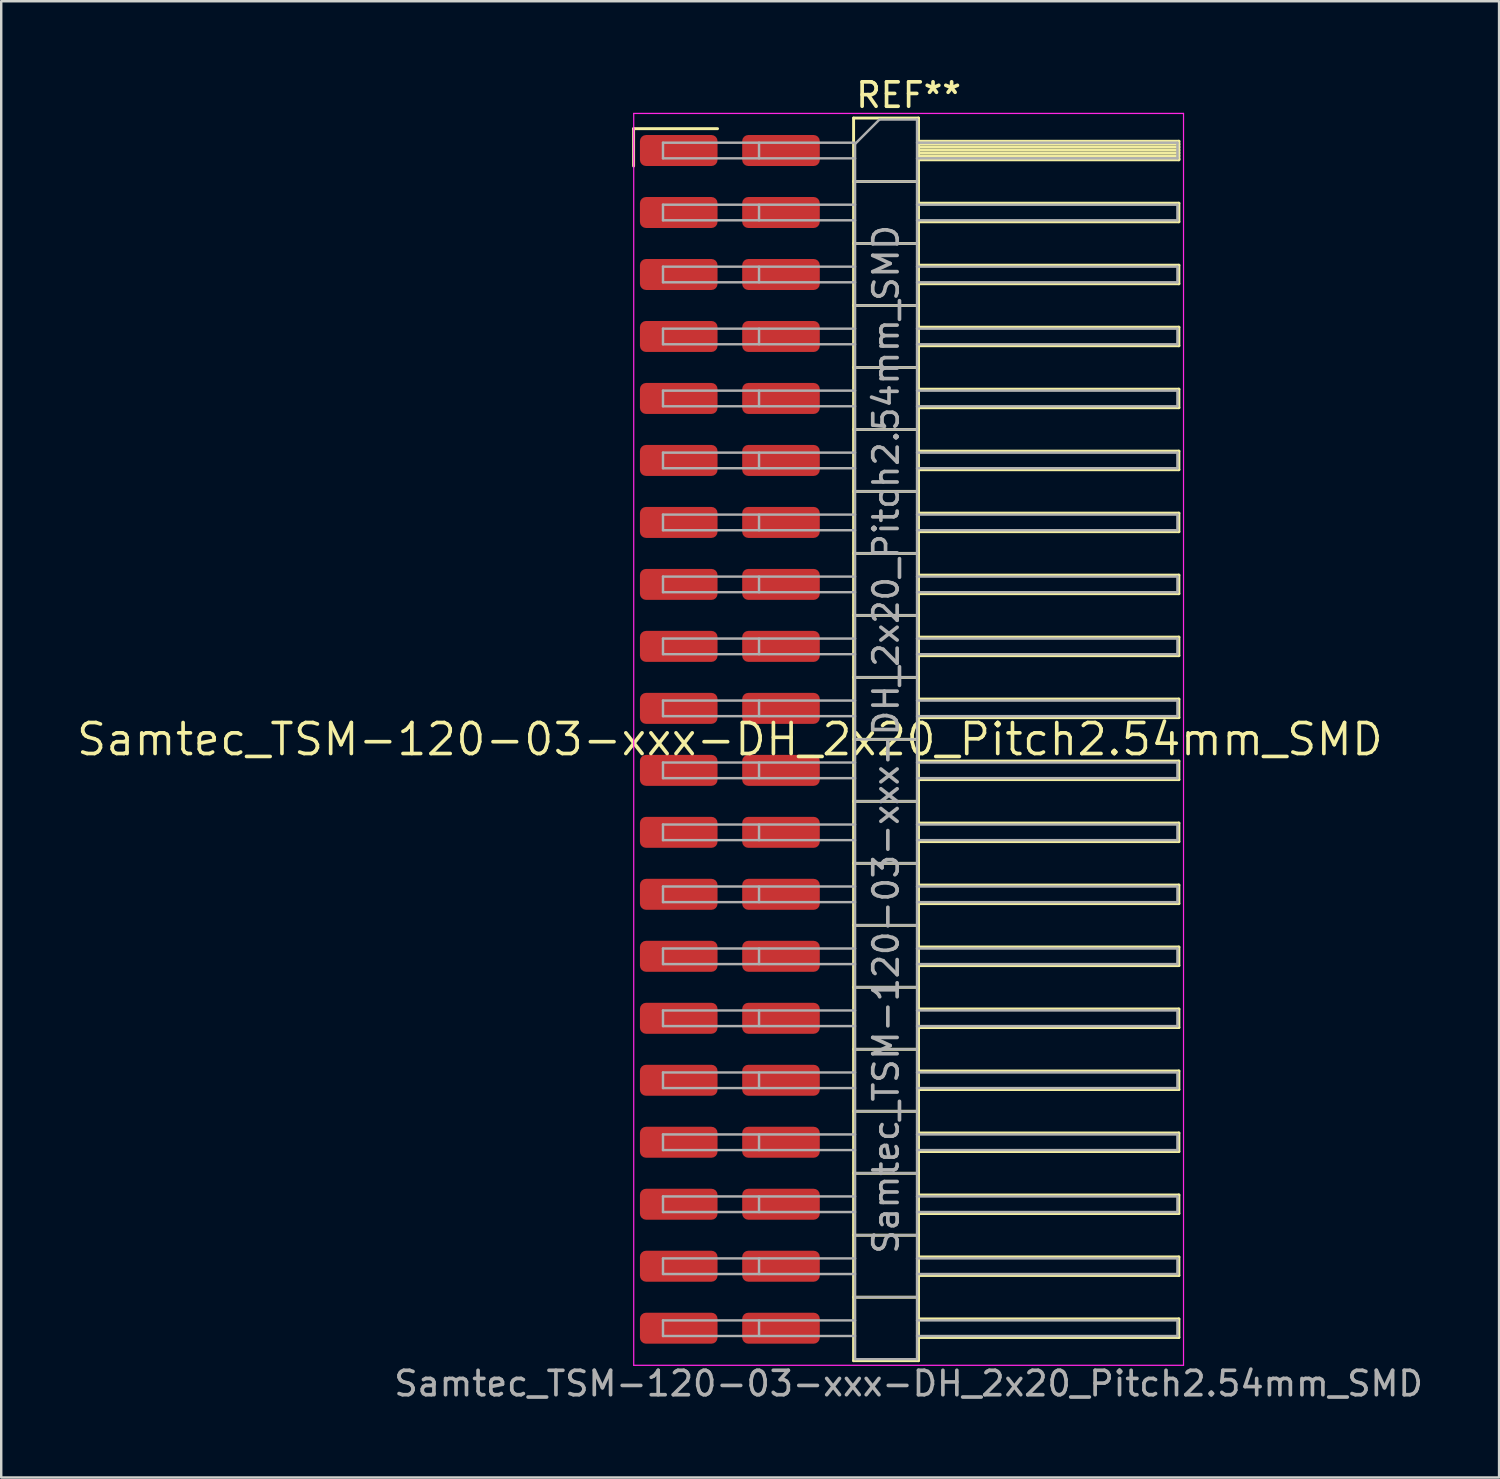
<source format=kicad_pcb>
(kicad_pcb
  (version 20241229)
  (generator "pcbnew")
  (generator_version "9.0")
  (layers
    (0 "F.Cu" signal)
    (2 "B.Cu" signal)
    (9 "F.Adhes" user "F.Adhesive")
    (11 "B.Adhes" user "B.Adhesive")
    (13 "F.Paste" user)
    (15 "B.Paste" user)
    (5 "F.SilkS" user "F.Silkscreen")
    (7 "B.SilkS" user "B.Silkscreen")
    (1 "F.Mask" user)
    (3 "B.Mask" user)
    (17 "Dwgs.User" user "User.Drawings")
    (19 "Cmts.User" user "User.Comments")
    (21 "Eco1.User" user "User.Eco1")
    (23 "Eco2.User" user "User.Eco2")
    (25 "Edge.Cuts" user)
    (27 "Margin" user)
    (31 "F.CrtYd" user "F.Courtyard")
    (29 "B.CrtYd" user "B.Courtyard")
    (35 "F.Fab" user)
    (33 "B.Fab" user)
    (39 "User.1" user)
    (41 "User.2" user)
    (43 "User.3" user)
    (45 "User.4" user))
  (footprint "Samtec_TSM-120-03-xxx-DH_2x20_Pitch2.54mm_SMD"
    (layer "F.Cu")
    (at 26.859 27.248)
    (property "Reference" "Samtec_TSM-120-03-xxx-DH_2x20_Pitch2.54mm_SMD" (at 0 0 0) (layer "F.SilkS") (effects (font (size 1.27 1.27) (thickness 0.15))))
    (attr smd)
    (fp_line (start -3.945 -25.025) (end -0.505 -25.025) (stroke (width 0.12) (type solid)) (layer "F.SilkS"))
    (fp_line (start -3.945 -23.495) (end -3.945 -25.025) (stroke (width 0.12) (type solid)) (layer "F.SilkS"))
    (fp_line (start 5.07 -25.46) (end 7.73 -25.46) (stroke (width 0.12) (type solid)) (layer "F.SilkS"))
    (fp_line (start 5.07 -22.86) (end 7.73 -22.86) (stroke (width 0.12) (type solid)) (layer "F.SilkS"))
    (fp_line (start 5.07 -20.32) (end 7.73 -20.32) (stroke (width 0.12) (type solid)) (layer "F.SilkS"))
    (fp_line (start 5.07 -17.78) (end 7.73 -17.78) (stroke (width 0.12) (type solid)) (layer "F.SilkS"))
    (fp_line (start 5.07 -15.24) (end 7.73 -15.24) (stroke (width 0.12) (type solid)) (layer "F.SilkS"))
    (fp_line (start 5.07 -12.7) (end 7.73 -12.7) (stroke (width 0.12) (type solid)) (layer "F.SilkS"))
    (fp_line (start 5.07 -10.16) (end 7.73 -10.16) (stroke (width 0.12) (type solid)) (layer "F.SilkS"))
    (fp_line (start 5.07 -7.62) (end 7.73 -7.62) (stroke (width 0.12) (type solid)) (layer "F.SilkS"))
    (fp_line (start 5.07 -5.08) (end 7.73 -5.08) (stroke (width 0.12) (type solid)) (layer "F.SilkS"))
    (fp_line (start 5.07 -2.54) (end 7.73 -2.54) (stroke (width 0.12) (type solid)) (layer "F.SilkS"))
    (fp_line (start 5.07 0) (end 7.73 0) (stroke (width 0.12) (type solid)) (layer "F.SilkS"))
    (fp_line (start 5.07 2.54) (end 7.73 2.54) (stroke (width 0.12) (type solid)) (layer "F.SilkS"))
    (fp_line (start 5.07 5.08) (end 7.73 5.08) (stroke (width 0.12) (type solid)) (layer "F.SilkS"))
    (fp_line (start 5.07 7.62) (end 7.73 7.62) (stroke (width 0.12) (type solid)) (layer "F.SilkS"))
    (fp_line (start 5.07 10.16) (end 7.73 10.16) (stroke (width 0.12) (type solid)) (layer "F.SilkS"))
    (fp_line (start 5.07 12.7) (end 7.73 12.7) (stroke (width 0.12) (type solid)) (layer "F.SilkS"))
    (fp_line (start 5.07 15.24) (end 7.73 15.24) (stroke (width 0.12) (type solid)) (layer "F.SilkS"))
    (fp_line (start 5.07 17.78) (end 7.73 17.78) (stroke (width 0.12) (type solid)) (layer "F.SilkS"))
    (fp_line (start 5.07 20.32) (end 7.73 20.32) (stroke (width 0.12) (type solid)) (layer "F.SilkS"))
    (fp_line (start 5.07 22.86) (end 7.73 22.86) (stroke (width 0.12) (type solid)) (layer "F.SilkS"))
    (fp_line (start 5.07 25.46) (end 5.07 -25.46) (stroke (width 0.12) (type solid)) (layer "F.SilkS"))
    (fp_line (start 7.73 -25.46) (end 7.73 25.46) (stroke (width 0.12) (type solid)) (layer "F.SilkS"))
    (fp_line (start 7.73 -24.51) (end 18.4 -24.51) (stroke (width 0.12) (type solid)) (layer "F.SilkS"))
    (fp_line (start 7.73 -24.39) (end 18.4 -24.39) (stroke (width 0.12) (type solid)) (layer "F.SilkS"))
    (fp_line (start 7.73 -24.27) (end 18.4 -24.27) (stroke (width 0.12) (type solid)) (layer "F.SilkS"))
    (fp_line (start 7.73 -24.15) (end 18.4 -24.15) (stroke (width 0.12) (type solid)) (layer "F.SilkS"))
    (fp_line (start 7.73 -24.03) (end 18.4 -24.03) (stroke (width 0.12) (type solid)) (layer "F.SilkS"))
    (fp_line (start 7.73 -23.91) (end 18.4 -23.91) (stroke (width 0.12) (type solid)) (layer "F.SilkS"))
    (fp_line (start 7.73 -23.79) (end 18.4 -23.79) (stroke (width 0.12) (type solid)) (layer "F.SilkS"))
    (fp_line (start 7.73 -23.75) (end 18.4 -23.75) (stroke (width 0.12) (type solid)) (layer "F.SilkS"))
    (fp_line (start 7.73 -21.97) (end 18.4 -21.97) (stroke (width 0.12) (type solid)) (layer "F.SilkS"))
    (fp_line (start 7.73 -21.21) (end 18.4 -21.21) (stroke (width 0.12) (type solid)) (layer "F.SilkS"))
    (fp_line (start 7.73 -19.43) (end 18.4 -19.43) (stroke (width 0.12) (type solid)) (layer "F.SilkS"))
    (fp_line (start 7.73 -18.67) (end 18.4 -18.67) (stroke (width 0.12) (type solid)) (layer "F.SilkS"))
    (fp_line (start 7.73 -16.89) (end 18.4 -16.89) (stroke (width 0.12) (type solid)) (layer "F.SilkS"))
    (fp_line (start 7.73 -16.13) (end 18.4 -16.13) (stroke (width 0.12) (type solid)) (layer "F.SilkS"))
    (fp_line (start 7.73 -14.35) (end 18.4 -14.35) (stroke (width 0.12) (type solid)) (layer "F.SilkS"))
    (fp_line (start 7.73 -13.59) (end 18.4 -13.59) (stroke (width 0.12) (type solid)) (layer "F.SilkS"))
    (fp_line (start 7.73 -11.81) (end 18.4 -11.81) (stroke (width 0.12) (type solid)) (layer "F.SilkS"))
    (fp_line (start 7.73 -11.05) (end 18.4 -11.05) (stroke (width 0.12) (type solid)) (layer "F.SilkS"))
    (fp_line (start 7.73 -9.27) (end 18.4 -9.27) (stroke (width 0.12) (type solid)) (layer "F.SilkS"))
    (fp_line (start 7.73 -8.51) (end 18.4 -8.51) (stroke (width 0.12) (type solid)) (layer "F.SilkS"))
    (fp_line (start 7.73 -6.73) (end 18.4 -6.73) (stroke (width 0.12) (type solid)) (layer "F.SilkS"))
    (fp_line (start 7.73 -5.97) (end 18.4 -5.97) (stroke (width 0.12) (type solid)) (layer "F.SilkS"))
    (fp_line (start 7.73 -4.19) (end 18.4 -4.19) (stroke (width 0.12) (type solid)) (layer "F.SilkS"))
    (fp_line (start 7.73 -3.43) (end 18.4 -3.43) (stroke (width 0.12) (type solid)) (layer "F.SilkS"))
    (fp_line (start 7.73 -1.65) (end 18.4 -1.65) (stroke (width 0.12) (type solid)) (layer "F.SilkS"))
    (fp_line (start 7.73 -0.89) (end 18.4 -0.89) (stroke (width 0.12) (type solid)) (layer "F.SilkS"))
    (fp_line (start 7.73 0.89) (end 18.4 0.89) (stroke (width 0.12) (type solid)) (layer "F.SilkS"))
    (fp_line (start 7.73 1.65) (end 18.4 1.65) (stroke (width 0.12) (type solid)) (layer "F.SilkS"))
    (fp_line (start 7.73 3.43) (end 18.4 3.43) (stroke (width 0.12) (type solid)) (layer "F.SilkS"))
    (fp_line (start 7.73 4.19) (end 18.4 4.19) (stroke (width 0.12) (type solid)) (layer "F.SilkS"))
    (fp_line (start 7.73 5.97) (end 18.4 5.97) (stroke (width 0.12) (type solid)) (layer "F.SilkS"))
    (fp_line (start 7.73 6.73) (end 18.4 6.73) (stroke (width 0.12) (type solid)) (layer "F.SilkS"))
    (fp_line (start 7.73 8.51) (end 18.4 8.51) (stroke (width 0.12) (type solid)) (layer "F.SilkS"))
    (fp_line (start 7.73 9.27) (end 18.4 9.27) (stroke (width 0.12) (type solid)) (layer "F.SilkS"))
    (fp_line (start 7.73 11.05) (end 18.4 11.05) (stroke (width 0.12) (type solid)) (layer "F.SilkS"))
    (fp_line (start 7.73 11.81) (end 18.4 11.81) (stroke (width 0.12) (type solid)) (layer "F.SilkS"))
    (fp_line (start 7.73 13.59) (end 18.4 13.59) (stroke (width 0.12) (type solid)) (layer "F.SilkS"))
    (fp_line (start 7.73 14.35) (end 18.4 14.35) (stroke (width 0.12) (type solid)) (layer "F.SilkS"))
    (fp_line (start 7.73 16.13) (end 18.4 16.13) (stroke (width 0.12) (type solid)) (layer "F.SilkS"))
    (fp_line (start 7.73 16.89) (end 18.4 16.89) (stroke (width 0.12) (type solid)) (layer "F.SilkS"))
    (fp_line (start 7.73 18.67) (end 18.4 18.67) (stroke (width 0.12) (type solid)) (layer "F.SilkS"))
    (fp_line (start 7.73 19.43) (end 18.4 19.43) (stroke (width 0.12) (type solid)) (layer "F.SilkS"))
    (fp_line (start 7.73 21.21) (end 18.4 21.21) (stroke (width 0.12) (type solid)) (layer "F.SilkS"))
    (fp_line (start 7.73 21.97) (end 18.4 21.97) (stroke (width 0.12) (type solid)) (layer "F.SilkS"))
    (fp_line (start 7.73 23.75) (end 18.4 23.75) (stroke (width 0.12) (type solid)) (layer "F.SilkS"))
    (fp_line (start 7.73 24.51) (end 18.4 24.51) (stroke (width 0.12) (type solid)) (layer "F.SilkS"))
    (fp_line (start 7.73 25.46) (end 5.07 25.46) (stroke (width 0.12) (type solid)) (layer "F.SilkS"))
    (fp_line (start 18.4 -24.51) (end 18.4 -23.75) (stroke (width 0.12) (type solid)) (layer "F.SilkS"))
    (fp_line (start 18.4 -21.97) (end 18.4 -21.21) (stroke (width 0.12) (type solid)) (layer "F.SilkS"))
    (fp_line (start 18.4 -19.43) (end 18.4 -18.67) (stroke (width 0.12) (type solid)) (layer "F.SilkS"))
    (fp_line (start 18.4 -16.89) (end 18.4 -16.13) (stroke (width 0.12) (type solid)) (layer "F.SilkS"))
    (fp_line (start 18.4 -14.35) (end 18.4 -13.59) (stroke (width 0.12) (type solid)) (layer "F.SilkS"))
    (fp_line (start 18.4 -11.81) (end 18.4 -11.05) (stroke (width 0.12) (type solid)) (layer "F.SilkS"))
    (fp_line (start 18.4 -9.27) (end 18.4 -8.51) (stroke (width 0.12) (type solid)) (layer "F.SilkS"))
    (fp_line (start 18.4 -6.73) (end 18.4 -5.97) (stroke (width 0.12) (type solid)) (layer "F.SilkS"))
    (fp_line (start 18.4 -4.19) (end 18.4 -3.43) (stroke (width 0.12) (type solid)) (layer "F.SilkS"))
    (fp_line (start 18.4 -1.65) (end 18.4 -0.89) (stroke (width 0.12) (type solid)) (layer "F.SilkS"))
    (fp_line (start 18.4 0.89) (end 18.4 1.65) (stroke (width 0.12) (type solid)) (layer "F.SilkS"))
    (fp_line (start 18.4 3.43) (end 18.4 4.19) (stroke (width 0.12) (type solid)) (layer "F.SilkS"))
    (fp_line (start 18.4 5.97) (end 18.4 6.73) (stroke (width 0.12) (type solid)) (layer "F.SilkS"))
    (fp_line (start 18.4 8.51) (end 18.4 9.27) (stroke (width 0.12) (type solid)) (layer "F.SilkS"))
    (fp_line (start 18.4 11.05) (end 18.4 11.81) (stroke (width 0.12) (type solid)) (layer "F.SilkS"))
    (fp_line (start 18.4 13.59) (end 18.4 14.35) (stroke (width 0.12) (type solid)) (layer "F.SilkS"))
    (fp_line (start 18.4 16.13) (end 18.4 16.89) (stroke (width 0.12) (type solid)) (layer "F.SilkS"))
    (fp_line (start 18.4 18.67) (end 18.4 19.43) (stroke (width 0.12) (type solid)) (layer "F.SilkS"))
    (fp_line (start 18.4 21.21) (end 18.4 21.97) (stroke (width 0.12) (type solid)) (layer "F.SilkS"))
    (fp_line (start 18.4 23.75) (end 18.4 24.51) (stroke (width 0.12) (type solid)) (layer "F.SilkS"))
    (fp_line (start -3.94 -25.65) (end 18.59 -25.65) (stroke (width 0.05) (type solid)) (layer "F.CrtYd"))
    (fp_line (start -3.94 25.65) (end -3.94 -25.65) (stroke (width 0.05) (type solid)) (layer "F.CrtYd"))
    (fp_line (start 18.59 -25.65) (end 18.59 25.65) (stroke (width 0.05) (type solid)) (layer "F.CrtYd"))
    (fp_line (start 18.59 25.65) (end -3.94 25.65) (stroke (width 0.05) (type solid)) (layer "F.CrtYd"))
    (fp_line (start -2.74 -24.45) (end -2.74 -23.81) (stroke (width 0.1) (type solid)) (layer "F.Fab"))
    (fp_line (start -2.74 -24.45) (end 5.13 -24.45) (stroke (width 0.1) (type solid)) (layer "F.Fab"))
    (fp_line (start -2.74 -23.81) (end 5.13 -23.81) (stroke (width 0.1) (type solid)) (layer "F.Fab"))
    (fp_line (start -2.74 -21.91) (end -2.74 -21.27) (stroke (width 0.1) (type solid)) (layer "F.Fab"))
    (fp_line (start -2.74 -21.91) (end 5.13 -21.91) (stroke (width 0.1) (type solid)) (layer "F.Fab"))
    (fp_line (start -2.74 -21.27) (end 5.13 -21.27) (stroke (width 0.1) (type solid)) (layer "F.Fab"))
    (fp_line (start -2.74 -19.37) (end -2.74 -18.73) (stroke (width 0.1) (type solid)) (layer "F.Fab"))
    (fp_line (start -2.74 -19.37) (end 5.13 -19.37) (stroke (width 0.1) (type solid)) (layer "F.Fab"))
    (fp_line (start -2.74 -18.73) (end 5.13 -18.73) (stroke (width 0.1) (type solid)) (layer "F.Fab"))
    (fp_line (start -2.74 -16.83) (end -2.74 -16.19) (stroke (width 0.1) (type solid)) (layer "F.Fab"))
    (fp_line (start -2.74 -16.83) (end 5.13 -16.83) (stroke (width 0.1) (type solid)) (layer "F.Fab"))
    (fp_line (start -2.74 -16.19) (end 5.13 -16.19) (stroke (width 0.1) (type solid)) (layer "F.Fab"))
    (fp_line (start -2.74 -14.29) (end -2.74 -13.65) (stroke (width 0.1) (type solid)) (layer "F.Fab"))
    (fp_line (start -2.74 -14.29) (end 5.13 -14.29) (stroke (width 0.1) (type solid)) (layer "F.Fab"))
    (fp_line (start -2.74 -13.65) (end 5.13 -13.65) (stroke (width 0.1) (type solid)) (layer "F.Fab"))
    (fp_line (start -2.74 -11.75) (end -2.74 -11.11) (stroke (width 0.1) (type solid)) (layer "F.Fab"))
    (fp_line (start -2.74 -11.75) (end 5.13 -11.75) (stroke (width 0.1) (type solid)) (layer "F.Fab"))
    (fp_line (start -2.74 -11.11) (end 5.13 -11.11) (stroke (width 0.1) (type solid)) (layer "F.Fab"))
    (fp_line (start -2.74 -9.21) (end -2.74 -8.57) (stroke (width 0.1) (type solid)) (layer "F.Fab"))
    (fp_line (start -2.74 -9.21) (end 5.13 -9.21) (stroke (width 0.1) (type solid)) (layer "F.Fab"))
    (fp_line (start -2.74 -8.57) (end 5.13 -8.57) (stroke (width 0.1) (type solid)) (layer "F.Fab"))
    (fp_line (start -2.74 -6.67) (end -2.74 -6.03) (stroke (width 0.1) (type solid)) (layer "F.Fab"))
    (fp_line (start -2.74 -6.67) (end 5.13 -6.67) (stroke (width 0.1) (type solid)) (layer "F.Fab"))
    (fp_line (start -2.74 -6.03) (end 5.13 -6.03) (stroke (width 0.1) (type solid)) (layer "F.Fab"))
    (fp_line (start -2.74 -4.13) (end -2.74 -3.49) (stroke (width 0.1) (type solid)) (layer "F.Fab"))
    (fp_line (start -2.74 -4.13) (end 5.13 -4.13) (stroke (width 0.1) (type solid)) (layer "F.Fab"))
    (fp_line (start -2.74 -3.49) (end 5.13 -3.49) (stroke (width 0.1) (type solid)) (layer "F.Fab"))
    (fp_line (start -2.74 -1.59) (end -2.74 -0.95) (stroke (width 0.1) (type solid)) (layer "F.Fab"))
    (fp_line (start -2.74 -1.59) (end 5.13 -1.59) (stroke (width 0.1) (type solid)) (layer "F.Fab"))
    (fp_line (start -2.74 -0.95) (end 5.13 -0.95) (stroke (width 0.1) (type solid)) (layer "F.Fab"))
    (fp_line (start -2.74 0.95) (end -2.74 1.59) (stroke (width 0.1) (type solid)) (layer "F.Fab"))
    (fp_line (start -2.74 0.95) (end 5.13 0.95) (stroke (width 0.1) (type solid)) (layer "F.Fab"))
    (fp_line (start -2.74 1.59) (end 5.13 1.59) (stroke (width 0.1) (type solid)) (layer "F.Fab"))
    (fp_line (start -2.74 3.49) (end -2.74 4.13) (stroke (width 0.1) (type solid)) (layer "F.Fab"))
    (fp_line (start -2.74 3.49) (end 5.13 3.49) (stroke (width 0.1) (type solid)) (layer "F.Fab"))
    (fp_line (start -2.74 4.13) (end 5.13 4.13) (stroke (width 0.1) (type solid)) (layer "F.Fab"))
    (fp_line (start -2.74 6.03) (end -2.74 6.67) (stroke (width 0.1) (type solid)) (layer "F.Fab"))
    (fp_line (start -2.74 6.03) (end 5.13 6.03) (stroke (width 0.1) (type solid)) (layer "F.Fab"))
    (fp_line (start -2.74 6.67) (end 5.13 6.67) (stroke (width 0.1) (type solid)) (layer "F.Fab"))
    (fp_line (start -2.74 8.57) (end -2.74 9.21) (stroke (width 0.1) (type solid)) (layer "F.Fab"))
    (fp_line (start -2.74 8.57) (end 5.13 8.57) (stroke (width 0.1) (type solid)) (layer "F.Fab"))
    (fp_line (start -2.74 9.21) (end 5.13 9.21) (stroke (width 0.1) (type solid)) (layer "F.Fab"))
    (fp_line (start -2.74 11.11) (end -2.74 11.75) (stroke (width 0.1) (type solid)) (layer "F.Fab"))
    (fp_line (start -2.74 11.11) (end 5.13 11.11) (stroke (width 0.1) (type solid)) (layer "F.Fab"))
    (fp_line (start -2.74 11.75) (end 5.13 11.75) (stroke (width 0.1) (type solid)) (layer "F.Fab"))
    (fp_line (start -2.74 13.65) (end -2.74 14.29) (stroke (width 0.1) (type solid)) (layer "F.Fab"))
    (fp_line (start -2.74 13.65) (end 5.13 13.65) (stroke (width 0.1) (type solid)) (layer "F.Fab"))
    (fp_line (start -2.74 14.29) (end 5.13 14.29) (stroke (width 0.1) (type solid)) (layer "F.Fab"))
    (fp_line (start -2.74 16.19) (end -2.74 16.83) (stroke (width 0.1) (type solid)) (layer "F.Fab"))
    (fp_line (start -2.74 16.19) (end 5.13 16.19) (stroke (width 0.1) (type solid)) (layer "F.Fab"))
    (fp_line (start -2.74 16.83) (end 5.13 16.83) (stroke (width 0.1) (type solid)) (layer "F.Fab"))
    (fp_line (start -2.74 18.73) (end -2.74 19.37) (stroke (width 0.1) (type solid)) (layer "F.Fab"))
    (fp_line (start -2.74 18.73) (end 5.13 18.73) (stroke (width 0.1) (type solid)) (layer "F.Fab"))
    (fp_line (start -2.74 19.37) (end 5.13 19.37) (stroke (width 0.1) (type solid)) (layer "F.Fab"))
    (fp_line (start -2.74 21.27) (end -2.74 21.91) (stroke (width 0.1) (type solid)) (layer "F.Fab"))
    (fp_line (start -2.74 21.27) (end 5.13 21.27) (stroke (width 0.1) (type solid)) (layer "F.Fab"))
    (fp_line (start -2.74 21.91) (end 5.13 21.91) (stroke (width 0.1) (type solid)) (layer "F.Fab"))
    (fp_line (start -2.74 23.81) (end -2.74 24.45) (stroke (width 0.1) (type solid)) (layer "F.Fab"))
    (fp_line (start -2.74 23.81) (end 5.13 23.81) (stroke (width 0.1) (type solid)) (layer "F.Fab"))
    (fp_line (start -2.74 24.45) (end 5.13 24.45) (stroke (width 0.1) (type solid)) (layer "F.Fab"))
    (fp_line (start 1.195 -24.45) (end 1.195 -23.81) (stroke (width 0.1) (type solid)) (layer "F.Fab"))
    (fp_line (start 1.195 -21.91) (end 1.195 -21.27) (stroke (width 0.1) (type solid)) (layer "F.Fab"))
    (fp_line (start 1.195 -19.37) (end 1.195 -18.73) (stroke (width 0.1) (type solid)) (layer "F.Fab"))
    (fp_line (start 1.195 -16.83) (end 1.195 -16.19) (stroke (width 0.1) (type solid)) (layer "F.Fab"))
    (fp_line (start 1.195 -14.29) (end 1.195 -13.65) (stroke (width 0.1) (type solid)) (layer "F.Fab"))
    (fp_line (start 1.195 -11.75) (end 1.195 -11.11) (stroke (width 0.1) (type solid)) (layer "F.Fab"))
    (fp_line (start 1.195 -9.21) (end 1.195 -8.57) (stroke (width 0.1) (type solid)) (layer "F.Fab"))
    (fp_line (start 1.195 -6.67) (end 1.195 -6.03) (stroke (width 0.1) (type solid)) (layer "F.Fab"))
    (fp_line (start 1.195 -4.13) (end 1.195 -3.49) (stroke (width 0.1) (type solid)) (layer "F.Fab"))
    (fp_line (start 1.195 -1.59) (end 1.195 -0.95) (stroke (width 0.1) (type solid)) (layer "F.Fab"))
    (fp_line (start 1.195 0.95) (end 1.195 1.59) (stroke (width 0.1) (type solid)) (layer "F.Fab"))
    (fp_line (start 1.195 3.49) (end 1.195 4.13) (stroke (width 0.1) (type solid)) (layer "F.Fab"))
    (fp_line (start 1.195 6.03) (end 1.195 6.67) (stroke (width 0.1) (type solid)) (layer "F.Fab"))
    (fp_line (start 1.195 8.57) (end 1.195 9.21) (stroke (width 0.1) (type solid)) (layer "F.Fab"))
    (fp_line (start 1.195 11.11) (end 1.195 11.75) (stroke (width 0.1) (type solid)) (layer "F.Fab"))
    (fp_line (start 1.195 13.65) (end 1.195 14.29) (stroke (width 0.1) (type solid)) (layer "F.Fab"))
    (fp_line (start 1.195 16.19) (end 1.195 16.83) (stroke (width 0.1) (type solid)) (layer "F.Fab"))
    (fp_line (start 1.195 18.73) (end 1.195 19.37) (stroke (width 0.1) (type solid)) (layer "F.Fab"))
    (fp_line (start 1.195 21.27) (end 1.195 21.91) (stroke (width 0.1) (type solid)) (layer "F.Fab"))
    (fp_line (start 1.195 23.81) (end 1.195 24.45) (stroke (width 0.1) (type solid)) (layer "F.Fab"))
    (fp_line (start 5.13 -24.4) (end 6.13 -25.4) (stroke (width 0.1) (type solid)) (layer "F.Fab"))
    (fp_line (start 5.13 -22.86) (end 7.67 -22.86) (stroke (width 0.1) (type solid)) (layer "F.Fab"))
    (fp_line (start 5.13 -20.32) (end 7.67 -20.32) (stroke (width 0.1) (type solid)) (layer "F.Fab"))
    (fp_line (start 5.13 -17.78) (end 7.67 -17.78) (stroke (width 0.1) (type solid)) (layer "F.Fab"))
    (fp_line (start 5.13 -15.24) (end 7.67 -15.24) (stroke (width 0.1) (type solid)) (layer "F.Fab"))
    (fp_line (start 5.13 -12.7) (end 7.67 -12.7) (stroke (width 0.1) (type solid)) (layer "F.Fab"))
    (fp_line (start 5.13 -10.16) (end 7.67 -10.16) (stroke (width 0.1) (type solid)) (layer "F.Fab"))
    (fp_line (start 5.13 -7.62) (end 7.67 -7.62) (stroke (width 0.1) (type solid)) (layer "F.Fab"))
    (fp_line (start 5.13 -5.08) (end 7.67 -5.08) (stroke (width 0.1) (type solid)) (layer "F.Fab"))
    (fp_line (start 5.13 -2.54) (end 7.67 -2.54) (stroke (width 0.1) (type solid)) (layer "F.Fab"))
    (fp_line (start 5.13 0) (end 7.67 0) (stroke (width 0.1) (type solid)) (layer "F.Fab"))
    (fp_line (start 5.13 2.54) (end 7.67 2.54) (stroke (width 0.1) (type solid)) (layer "F.Fab"))
    (fp_line (start 5.13 5.08) (end 7.67 5.08) (stroke (width 0.1) (type solid)) (layer "F.Fab"))
    (fp_line (start 5.13 7.62) (end 7.67 7.62) (stroke (width 0.1) (type solid)) (layer "F.Fab"))
    (fp_line (start 5.13 10.16) (end 7.67 10.16) (stroke (width 0.1) (type solid)) (layer "F.Fab"))
    (fp_line (start 5.13 12.7) (end 7.67 12.7) (stroke (width 0.1) (type solid)) (layer "F.Fab"))
    (fp_line (start 5.13 15.24) (end 7.67 15.24) (stroke (width 0.1) (type solid)) (layer "F.Fab"))
    (fp_line (start 5.13 17.78) (end 7.67 17.78) (stroke (width 0.1) (type solid)) (layer "F.Fab"))
    (fp_line (start 5.13 20.32) (end 7.67 20.32) (stroke (width 0.1) (type solid)) (layer "F.Fab"))
    (fp_line (start 5.13 22.86) (end 7.67 22.86) (stroke (width 0.1) (type solid)) (layer "F.Fab"))
    (fp_line (start 5.13 25.4) (end 5.13 -24.4) (stroke (width 0.1) (type solid)) (layer "F.Fab"))
    (fp_line (start 6.13 -25.4) (end 7.67 -25.4) (stroke (width 0.1) (type solid)) (layer "F.Fab"))
    (fp_line (start 7.67 -25.4) (end 7.67 25.4) (stroke (width 0.1) (type solid)) (layer "F.Fab"))
    (fp_line (start 7.67 -24.45) (end 18.34 -24.45) (stroke (width 0.1) (type solid)) (layer "F.Fab"))
    (fp_line (start 7.67 -23.81) (end 18.34 -23.81) (stroke (width 0.1) (type solid)) (layer "F.Fab"))
    (fp_line (start 7.67 -21.91) (end 18.34 -21.91) (stroke (width 0.1) (type solid)) (layer "F.Fab"))
    (fp_line (start 7.67 -21.27) (end 18.34 -21.27) (stroke (width 0.1) (type solid)) (layer "F.Fab"))
    (fp_line (start 7.67 -19.37) (end 18.34 -19.37) (stroke (width 0.1) (type solid)) (layer "F.Fab"))
    (fp_line (start 7.67 -18.73) (end 18.34 -18.73) (stroke (width 0.1) (type solid)) (layer "F.Fab"))
    (fp_line (start 7.67 -16.83) (end 18.34 -16.83) (stroke (width 0.1) (type solid)) (layer "F.Fab"))
    (fp_line (start 7.67 -16.19) (end 18.34 -16.19) (stroke (width 0.1) (type solid)) (layer "F.Fab"))
    (fp_line (start 7.67 -14.29) (end 18.34 -14.29) (stroke (width 0.1) (type solid)) (layer "F.Fab"))
    (fp_line (start 7.67 -13.65) (end 18.34 -13.65) (stroke (width 0.1) (type solid)) (layer "F.Fab"))
    (fp_line (start 7.67 -11.75) (end 18.34 -11.75) (stroke (width 0.1) (type solid)) (layer "F.Fab"))
    (fp_line (start 7.67 -11.11) (end 18.34 -11.11) (stroke (width 0.1) (type solid)) (layer "F.Fab"))
    (fp_line (start 7.67 -9.21) (end 18.34 -9.21) (stroke (width 0.1) (type solid)) (layer "F.Fab"))
    (fp_line (start 7.67 -8.57) (end 18.34 -8.57) (stroke (width 0.1) (type solid)) (layer "F.Fab"))
    (fp_line (start 7.67 -6.67) (end 18.34 -6.67) (stroke (width 0.1) (type solid)) (layer "F.Fab"))
    (fp_line (start 7.67 -6.03) (end 18.34 -6.03) (stroke (width 0.1) (type solid)) (layer "F.Fab"))
    (fp_line (start 7.67 -4.13) (end 18.34 -4.13) (stroke (width 0.1) (type solid)) (layer "F.Fab"))
    (fp_line (start 7.67 -3.49) (end 18.34 -3.49) (stroke (width 0.1) (type solid)) (layer "F.Fab"))
    (fp_line (start 7.67 -1.59) (end 18.34 -1.59) (stroke (width 0.1) (type solid)) (layer "F.Fab"))
    (fp_line (start 7.67 -0.95) (end 18.34 -0.95) (stroke (width 0.1) (type solid)) (layer "F.Fab"))
    (fp_line (start 7.67 0.95) (end 18.34 0.95) (stroke (width 0.1) (type solid)) (layer "F.Fab"))
    (fp_line (start 7.67 1.59) (end 18.34 1.59) (stroke (width 0.1) (type solid)) (layer "F.Fab"))
    (fp_line (start 7.67 3.49) (end 18.34 3.49) (stroke (width 0.1) (type solid)) (layer "F.Fab"))
    (fp_line (start 7.67 4.13) (end 18.34 4.13) (stroke (width 0.1) (type solid)) (layer "F.Fab"))
    (fp_line (start 7.67 6.03) (end 18.34 6.03) (stroke (width 0.1) (type solid)) (layer "F.Fab"))
    (fp_line (start 7.67 6.67) (end 18.34 6.67) (stroke (width 0.1) (type solid)) (layer "F.Fab"))
    (fp_line (start 7.67 8.57) (end 18.34 8.57) (stroke (width 0.1) (type solid)) (layer "F.Fab"))
    (fp_line (start 7.67 9.21) (end 18.34 9.21) (stroke (width 0.1) (type solid)) (layer "F.Fab"))
    (fp_line (start 7.67 11.11) (end 18.34 11.11) (stroke (width 0.1) (type solid)) (layer "F.Fab"))
    (fp_line (start 7.67 11.75) (end 18.34 11.75) (stroke (width 0.1) (type solid)) (layer "F.Fab"))
    (fp_line (start 7.67 13.65) (end 18.34 13.65) (stroke (width 0.1) (type solid)) (layer "F.Fab"))
    (fp_line (start 7.67 14.29) (end 18.34 14.29) (stroke (width 0.1) (type solid)) (layer "F.Fab"))
    (fp_line (start 7.67 16.19) (end 18.34 16.19) (stroke (width 0.1) (type solid)) (layer "F.Fab"))
    (fp_line (start 7.67 16.83) (end 18.34 16.83) (stroke (width 0.1) (type solid)) (layer "F.Fab"))
    (fp_line (start 7.67 18.73) (end 18.34 18.73) (stroke (width 0.1) (type solid)) (layer "F.Fab"))
    (fp_line (start 7.67 19.37) (end 18.34 19.37) (stroke (width 0.1) (type solid)) (layer "F.Fab"))
    (fp_line (start 7.67 21.27) (end 18.34 21.27) (stroke (width 0.1) (type solid)) (layer "F.Fab"))
    (fp_line (start 7.67 21.91) (end 18.34 21.91) (stroke (width 0.1) (type solid)) (layer "F.Fab"))
    (fp_line (start 7.67 23.81) (end 18.34 23.81) (stroke (width 0.1) (type solid)) (layer "F.Fab"))
    (fp_line (start 7.67 24.45) (end 18.34 24.45) (stroke (width 0.1) (type solid)) (layer "F.Fab"))
    (fp_line (start 7.67 25.4) (end 5.13 25.4) (stroke (width 0.1) (type solid)) (layer "F.Fab"))
    (fp_line (start 18.34 -24.45) (end 18.34 -23.81) (stroke (width 0.1) (type solid)) (layer "F.Fab"))
    (fp_line (start 18.34 -21.91) (end 18.34 -21.27) (stroke (width 0.1) (type solid)) (layer "F.Fab"))
    (fp_line (start 18.34 -19.37) (end 18.34 -18.73) (stroke (width 0.1) (type solid)) (layer "F.Fab"))
    (fp_line (start 18.34 -16.83) (end 18.34 -16.19) (stroke (width 0.1) (type solid)) (layer "F.Fab"))
    (fp_line (start 18.34 -14.29) (end 18.34 -13.65) (stroke (width 0.1) (type solid)) (layer "F.Fab"))
    (fp_line (start 18.34 -11.75) (end 18.34 -11.11) (stroke (width 0.1) (type solid)) (layer "F.Fab"))
    (fp_line (start 18.34 -9.21) (end 18.34 -8.57) (stroke (width 0.1) (type solid)) (layer "F.Fab"))
    (fp_line (start 18.34 -6.67) (end 18.34 -6.03) (stroke (width 0.1) (type solid)) (layer "F.Fab"))
    (fp_line (start 18.34 -4.13) (end 18.34 -3.49) (stroke (width 0.1) (type solid)) (layer "F.Fab"))
    (fp_line (start 18.34 -1.59) (end 18.34 -0.95) (stroke (width 0.1) (type solid)) (layer "F.Fab"))
    (fp_line (start 18.34 0.95) (end 18.34 1.59) (stroke (width 0.1) (type solid)) (layer "F.Fab"))
    (fp_line (start 18.34 3.49) (end 18.34 4.13) (stroke (width 0.1) (type solid)) (layer "F.Fab"))
    (fp_line (start 18.34 6.03) (end 18.34 6.67) (stroke (width 0.1) (type solid)) (layer "F.Fab"))
    (fp_line (start 18.34 8.57) (end 18.34 9.21) (stroke (width 0.1) (type solid)) (layer "F.Fab"))
    (fp_line (start 18.34 11.11) (end 18.34 11.75) (stroke (width 0.1) (type solid)) (layer "F.Fab"))
    (fp_line (start 18.34 13.65) (end 18.34 14.29) (stroke (width 0.1) (type solid)) (layer "F.Fab"))
    (fp_line (start 18.34 16.19) (end 18.34 16.83) (stroke (width 0.1) (type solid)) (layer "F.Fab"))
    (fp_line (start 18.34 18.73) (end 18.34 19.37) (stroke (width 0.1) (type solid)) (layer "F.Fab"))
    (fp_line (start 18.34 21.27) (end 18.34 21.91) (stroke (width 0.1) (type solid)) (layer "F.Fab"))
    (fp_line (start 18.34 23.81) (end 18.34 24.45) (stroke (width 0.1) (type solid)) (layer "F.Fab"))
    (fp_text user "REF**" (at 7.325 -26.4 0) (layer "F.SilkS") (effects (font (size 1 1) (thickness 0.15))))
    (fp_text user "${REFERENCE}" (at 6.4 0 90) (layer "F.Fab") (effects (font (size 1 1) (thickness 0.15))))
    (fp_text user "Samtec_TSM-120-03-xxx-DH_2x20_Pitch2.54mm_SMD" (at 7.325 26.4 0) (layer "F.Fab") (effects (font (size 1 1) (thickness 0.15))))
    (pad "1" smd roundrect (at -2.095 -24.13) (size 3.18 1.27) (layers "F.Cu" "F.Mask" "F.Paste") (roundrect_rratio 0.197))
    (pad "2" smd roundrect (at 2.095 -24.13) (size 3.18 1.27) (layers "F.Cu" "F.Mask" "F.Paste") (roundrect_rratio 0.197))
    (pad "3" smd roundrect (at -2.095 -21.59) (size 3.18 1.27) (layers "F.Cu" "F.Mask" "F.Paste") (roundrect_rratio 0.197))
    (pad "4" smd roundrect (at 2.095 -21.59) (size 3.18 1.27) (layers "F.Cu" "F.Mask" "F.Paste") (roundrect_rratio 0.197))
    (pad "5" smd roundrect (at -2.095 -19.05) (size 3.18 1.27) (layers "F.Cu" "F.Mask" "F.Paste") (roundrect_rratio 0.197))
    (pad "6" smd roundrect (at 2.095 -19.05) (size 3.18 1.27) (layers "F.Cu" "F.Mask" "F.Paste") (roundrect_rratio 0.197))
    (pad "7" smd roundrect (at -2.095 -16.51) (size 3.18 1.27) (layers "F.Cu" "F.Mask" "F.Paste") (roundrect_rratio 0.197))
    (pad "8" smd roundrect (at 2.095 -16.51) (size 3.18 1.27) (layers "F.Cu" "F.Mask" "F.Paste") (roundrect_rratio 0.197))
    (pad "9" smd roundrect (at -2.095 -13.97) (size 3.18 1.27) (layers "F.Cu" "F.Mask" "F.Paste") (roundrect_rratio 0.197))
    (pad "10" smd roundrect (at 2.095 -13.97) (size 3.18 1.27) (layers "F.Cu" "F.Mask" "F.Paste") (roundrect_rratio 0.197))
    (pad "11" smd roundrect (at -2.095 -11.43) (size 3.18 1.27) (layers "F.Cu" "F.Mask" "F.Paste") (roundrect_rratio 0.197))
    (pad "12" smd roundrect (at 2.095 -11.43) (size 3.18 1.27) (layers "F.Cu" "F.Mask" "F.Paste") (roundrect_rratio 0.197))
    (pad "13" smd roundrect (at -2.095 -8.89) (size 3.18 1.27) (layers "F.Cu" "F.Mask" "F.Paste") (roundrect_rratio 0.197))
    (pad "14" smd roundrect (at 2.095 -8.89) (size 3.18 1.27) (layers "F.Cu" "F.Mask" "F.Paste") (roundrect_rratio 0.197))
    (pad "15" smd roundrect (at -2.095 -6.35) (size 3.18 1.27) (layers "F.Cu" "F.Mask" "F.Paste") (roundrect_rratio 0.197))
    (pad "16" smd roundrect (at 2.095 -6.35) (size 3.18 1.27) (layers "F.Cu" "F.Mask" "F.Paste") (roundrect_rratio 0.197))
    (pad "17" smd roundrect (at -2.095 -3.81) (size 3.18 1.27) (layers "F.Cu" "F.Mask" "F.Paste") (roundrect_rratio 0.197))
    (pad "18" smd roundrect (at 2.095 -3.81) (size 3.18 1.27) (layers "F.Cu" "F.Mask" "F.Paste") (roundrect_rratio 0.197))
    (pad "19" smd roundrect (at -2.095 -1.27) (size 3.18 1.27) (layers "F.Cu" "F.Mask" "F.Paste") (roundrect_rratio 0.197))
    (pad "20" smd roundrect (at 2.095 -1.27) (size 3.18 1.27) (layers "F.Cu" "F.Mask" "F.Paste") (roundrect_rratio 0.197))
    (pad "21" smd roundrect (at -2.095 1.27) (size 3.18 1.27) (layers "F.Cu" "F.Mask" "F.Paste") (roundrect_rratio 0.197))
    (pad "22" smd roundrect (at 2.095 1.27) (size 3.18 1.27) (layers "F.Cu" "F.Mask" "F.Paste") (roundrect_rratio 0.197))
    (pad "23" smd roundrect (at -2.095 3.81) (size 3.18 1.27) (layers "F.Cu" "F.Mask" "F.Paste") (roundrect_rratio 0.197))
    (pad "24" smd roundrect (at 2.095 3.81) (size 3.18 1.27) (layers "F.Cu" "F.Mask" "F.Paste") (roundrect_rratio 0.197))
    (pad "25" smd roundrect (at -2.095 6.35) (size 3.18 1.27) (layers "F.Cu" "F.Mask" "F.Paste") (roundrect_rratio 0.197))
    (pad "26" smd roundrect (at 2.095 6.35) (size 3.18 1.27) (layers "F.Cu" "F.Mask" "F.Paste") (roundrect_rratio 0.197))
    (pad "27" smd roundrect (at -2.095 8.89) (size 3.18 1.27) (layers "F.Cu" "F.Mask" "F.Paste") (roundrect_rratio 0.197))
    (pad "28" smd roundrect (at 2.095 8.89) (size 3.18 1.27) (layers "F.Cu" "F.Mask" "F.Paste") (roundrect_rratio 0.197))
    (pad "29" smd roundrect (at -2.095 11.43) (size 3.18 1.27) (layers "F.Cu" "F.Mask" "F.Paste") (roundrect_rratio 0.197))
    (pad "30" smd roundrect (at 2.095 11.43) (size 3.18 1.27) (layers "F.Cu" "F.Mask" "F.Paste") (roundrect_rratio 0.197))
    (pad "31" smd roundrect (at -2.095 13.97) (size 3.18 1.27) (layers "F.Cu" "F.Mask" "F.Paste") (roundrect_rratio 0.197))
    (pad "32" smd roundrect (at 2.095 13.97) (size 3.18 1.27) (layers "F.Cu" "F.Mask" "F.Paste") (roundrect_rratio 0.197))
    (pad "33" smd roundrect (at -2.095 16.51) (size 3.18 1.27) (layers "F.Cu" "F.Mask" "F.Paste") (roundrect_rratio 0.197))
    (pad "34" smd roundrect (at 2.095 16.51) (size 3.18 1.27) (layers "F.Cu" "F.Mask" "F.Paste") (roundrect_rratio 0.197))
    (pad "35" smd roundrect (at -2.095 19.05) (size 3.18 1.27) (layers "F.Cu" "F.Mask" "F.Paste") (roundrect_rratio 0.197))
    (pad "36" smd roundrect (at 2.095 19.05) (size 3.18 1.27) (layers "F.Cu" "F.Mask" "F.Paste") (roundrect_rratio 0.197))
    (pad "37" smd roundrect (at -2.095 21.59) (size 3.18 1.27) (layers "F.Cu" "F.Mask" "F.Paste") (roundrect_rratio 0.197))
    (pad "38" smd roundrect (at 2.095 21.59) (size 3.18 1.27) (layers "F.Cu" "F.Mask" "F.Paste") (roundrect_rratio 0.197))
    (pad "39" smd roundrect (at -2.095 24.13) (size 3.18 1.27) (layers "F.Cu" "F.Mask" "F.Paste") (roundrect_rratio 0.197))
    (pad "40" smd roundrect (at 2.095 24.13) (size 3.18 1.27) (layers "F.Cu" "F.Mask" "F.Paste") (roundrect_rratio 0.197)))
  (gr_rect
    (start -3 -3)
    (end 58.38 57.496)
    (stroke (width 0.1) (type default))
    (fill no)
    (layer "Edge.Cuts")))
</source>
